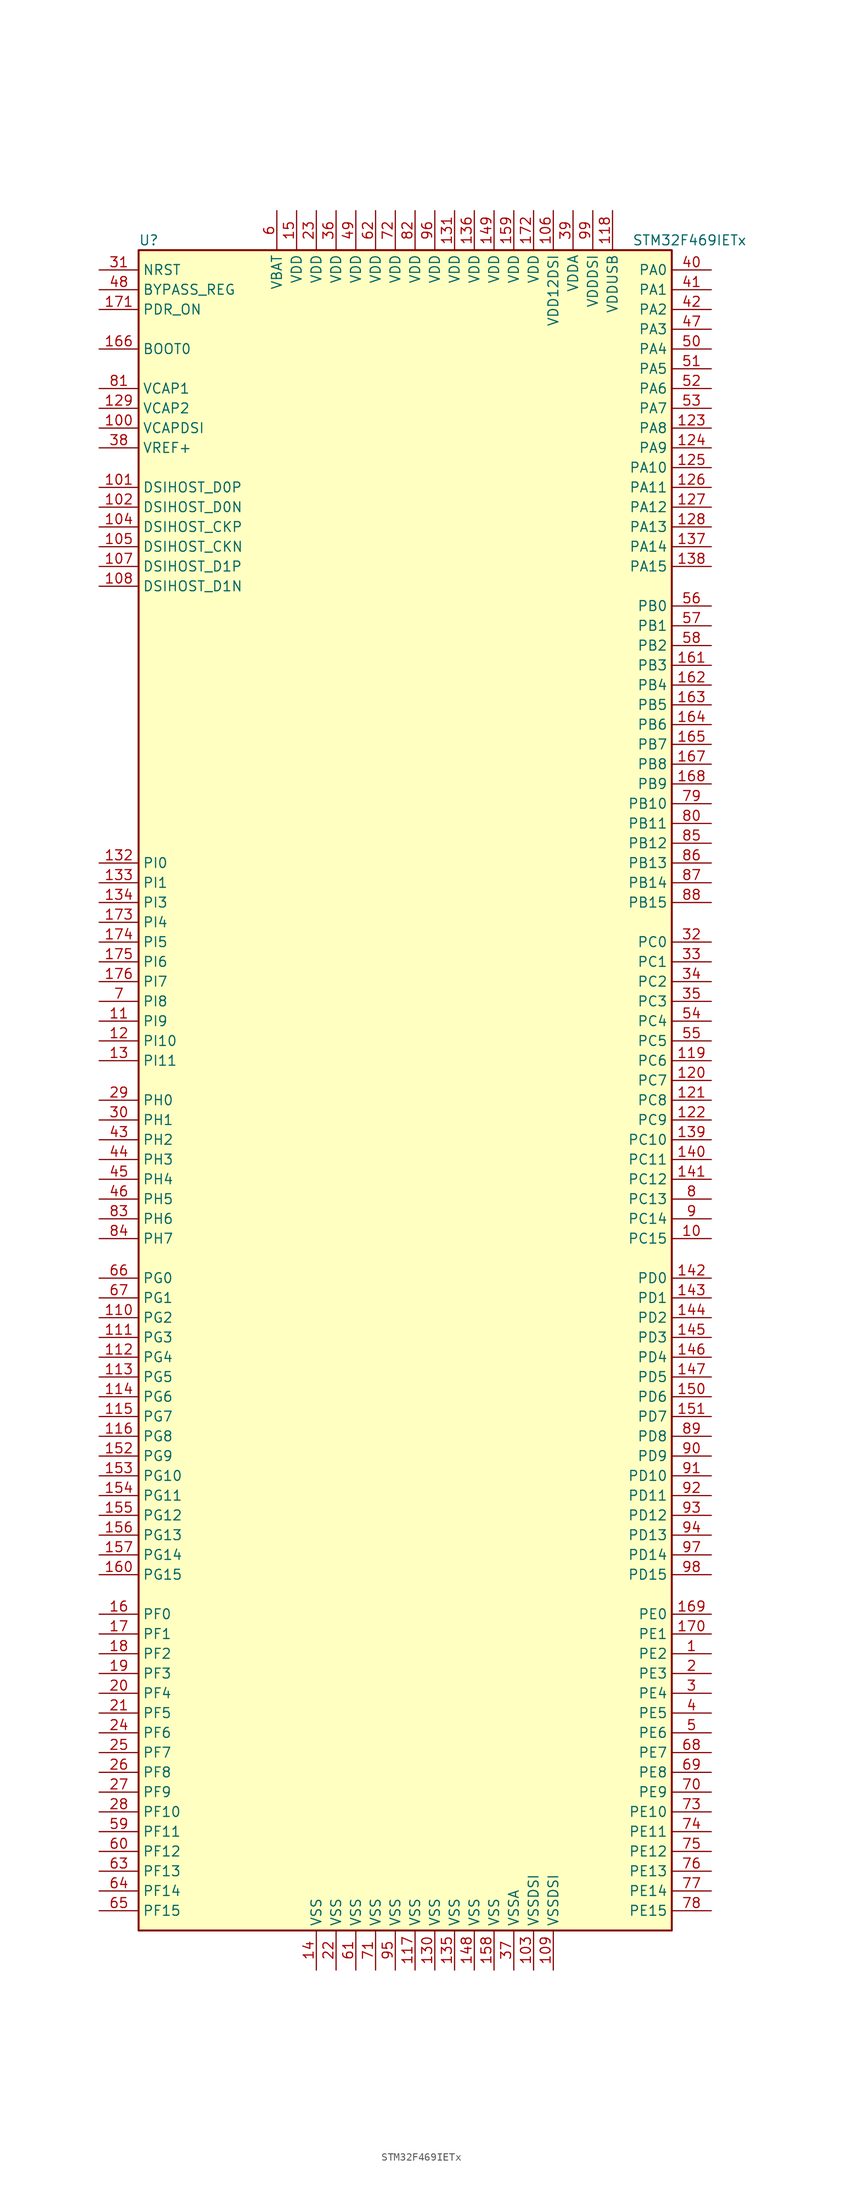
<source format=kicad_sym>
(kicad_symbol_lib
  (version 20220914)
  (generator kicad_symbol_editor)
  (symbol "STM32F469IETx"
    (property "Reference" "U"
      (at -35.56 107.95 0)
      (effects (font (size 1.27 1.27)) (justify left)))
    (property "Value" "STM32F469IETx"
      (at 27.94 107.95 0)
      (effects (font (size 1.27 1.27)) (justify left)))
    (symbol "STM32F469IETx_0_1"
      (rectangle (start -35.56 -109.22) (end 33.02 106.68) (stroke (width 0.254) (type default)) (fill (type background))))
    (symbol "STM32F469IETx_1_1"
      (pin bidirectional line (at 38.1 -73.66 180) (length 5.08) (name "PE2" (effects (font (size 1.27 1.27)))) (number "1" (effects (font (size 1.27 1.27)))))
      (pin bidirectional line (at 38.1 -20.32 180) (length 5.08) (name "PC15" (effects (font (size 1.27 1.27)))) (number "10" (effects (font (size 1.27 1.27)))))
      (pin power_in line (at -40.64 83.82 0) (length 5.08) (name "VCAPDSI" (effects (font (size 1.27 1.27)))) (number "100" (effects (font (size 1.27 1.27)))))
      (pin bidirectional line (at -40.64 76.2 0) (length 5.08) (name "DSIHOST_D0P" (effects (font (size 1.27 1.27)))) (number "101" (effects (font (size 1.27 1.27)))))
      (pin bidirectional line (at -40.64 73.66 0) (length 5.08) (name "DSIHOST_D0N" (effects (font (size 1.27 1.27)))) (number "102" (effects (font (size 1.27 1.27)))))
      (pin power_in line (at 15.24 -114.3 90) (length 5.08) (name "VSSDSI" (effects (font (size 1.27 1.27)))) (number "103" (effects (font (size 1.27 1.27)))))
      (pin bidirectional line (at -40.64 71.12 0) (length 5.08) (name "DSIHOST_CKP" (effects (font (size 1.27 1.27)))) (number "104" (effects (font (size 1.27 1.27)))))
      (pin bidirectional line (at -40.64 68.58 0) (length 5.08) (name "DSIHOST_CKN" (effects (font (size 1.27 1.27)))) (number "105" (effects (font (size 1.27 1.27)))))
      (pin power_in line (at 17.78 111.76 270) (length 5.08) (name "VDD12DSI" (effects (font (size 1.27 1.27)))) (number "106" (effects (font (size 1.27 1.27)))))
      (pin bidirectional line (at -40.64 66.04 0) (length 5.08) (name "DSIHOST_D1P" (effects (font (size 1.27 1.27)))) (number "107" (effects (font (size 1.27 1.27)))))
      (pin bidirectional line (at -40.64 63.5 0) (length 5.08) (name "DSIHOST_D1N" (effects (font (size 1.27 1.27)))) (number "108" (effects (font (size 1.27 1.27)))))
      (pin power_in line (at 17.78 -114.3 90) (length 5.08) (name "VSSDSI" (effects (font (size 1.27 1.27)))) (number "109" (effects (font (size 1.27 1.27)))))
      (pin bidirectional line (at -40.64 7.62 0) (length 5.08) (name "PI9" (effects (font (size 1.27 1.27)))) (number "11" (effects (font (size 1.27 1.27)))))
      (pin bidirectional line (at -40.64 -30.48 0) (length 5.08) (name "PG2" (effects (font (size 1.27 1.27)))) (number "110" (effects (font (size 1.27 1.27)))))
      (pin bidirectional line (at -40.64 -33.02 0) (length 5.08) (name "PG3" (effects (font (size 1.27 1.27)))) (number "111" (effects (font (size 1.27 1.27)))))
      (pin bidirectional line (at -40.64 -35.56 0) (length 5.08) (name "PG4" (effects (font (size 1.27 1.27)))) (number "112" (effects (font (size 1.27 1.27)))))
      (pin bidirectional line (at -40.64 -38.1 0) (length 5.08) (name "PG5" (effects (font (size 1.27 1.27)))) (number "113" (effects (font (size 1.27 1.27)))))
      (pin bidirectional line (at -40.64 -40.64 0) (length 5.08) (name "PG6" (effects (font (size 1.27 1.27)))) (number "114" (effects (font (size 1.27 1.27)))))
      (pin bidirectional line (at -40.64 -43.18 0) (length 5.08) (name "PG7" (effects (font (size 1.27 1.27)))) (number "115" (effects (font (size 1.27 1.27)))))
      (pin bidirectional line (at -40.64 -45.72 0) (length 5.08) (name "PG8" (effects (font (size 1.27 1.27)))) (number "116" (effects (font (size 1.27 1.27)))))
      (pin power_in line (at 0 -114.3 90) (length 5.08) (name "VSS" (effects (font (size 1.27 1.27)))) (number "117" (effects (font (size 1.27 1.27)))))
      (pin power_in line (at 25.4 111.76 270) (length 5.08) (name "VDDUSB" (effects (font (size 1.27 1.27)))) (number "118" (effects (font (size 1.27 1.27)))))
      (pin bidirectional line (at 38.1 2.54 180) (length 5.08) (name "PC6" (effects (font (size 1.27 1.27)))) (number "119" (effects (font (size 1.27 1.27)))))
      (pin bidirectional line (at -40.64 5.08 0) (length 5.08) (name "PI10" (effects (font (size 1.27 1.27)))) (number "12" (effects (font (size 1.27 1.27)))))
      (pin bidirectional line (at 38.1 0 180) (length 5.08) (name "PC7" (effects (font (size 1.27 1.27)))) (number "120" (effects (font (size 1.27 1.27)))))
      (pin bidirectional line (at 38.1 -2.54 180) (length 5.08) (name "PC8" (effects (font (size 1.27 1.27)))) (number "121" (effects (font (size 1.27 1.27)))))
      (pin bidirectional line (at 38.1 -5.08 180) (length 5.08) (name "PC9" (effects (font (size 1.27 1.27)))) (number "122" (effects (font (size 1.27 1.27)))))
      (pin bidirectional line (at 38.1 83.82 180) (length 5.08) (name "PA8" (effects (font (size 1.27 1.27)))) (number "123" (effects (font (size 1.27 1.27)))))
      (pin bidirectional line (at 38.1 81.28 180) (length 5.08) (name "PA9" (effects (font (size 1.27 1.27)))) (number "124" (effects (font (size 1.27 1.27)))))
      (pin bidirectional line (at 38.1 78.74 180) (length 5.08) (name "PA10" (effects (font (size 1.27 1.27)))) (number "125" (effects (font (size 1.27 1.27)))))
      (pin bidirectional line (at 38.1 76.2 180) (length 5.08) (name "PA11" (effects (font (size 1.27 1.27)))) (number "126" (effects (font (size 1.27 1.27)))))
      (pin bidirectional line (at 38.1 73.66 180) (length 5.08) (name "PA12" (effects (font (size 1.27 1.27)))) (number "127" (effects (font (size 1.27 1.27)))))
      (pin bidirectional line (at 38.1 71.12 180) (length 5.08) (name "PA13" (effects (font (size 1.27 1.27)))) (number "128" (effects (font (size 1.27 1.27)))))
      (pin power_in line (at -40.64 86.36 0) (length 5.08) (name "VCAP2" (effects (font (size 1.27 1.27)))) (number "129" (effects (font (size 1.27 1.27)))))
      (pin bidirectional line (at -40.64 2.54 0) (length 5.08) (name "PI11" (effects (font (size 1.27 1.27)))) (number "13" (effects (font (size 1.27 1.27)))))
      (pin power_in line (at 2.54 -114.3 90) (length 5.08) (name "VSS" (effects (font (size 1.27 1.27)))) (number "130" (effects (font (size 1.27 1.27)))))
      (pin power_in line (at 5.08 111.76 270) (length 5.08) (name "VDD" (effects (font (size 1.27 1.27)))) (number "131" (effects (font (size 1.27 1.27)))))
      (pin bidirectional line (at -40.64 27.94 0) (length 5.08) (name "PI0" (effects (font (size 1.27 1.27)))) (number "132" (effects (font (size 1.27 1.27)))))
      (pin bidirectional line (at -40.64 25.4 0) (length 5.08) (name "PI1" (effects (font (size 1.27 1.27)))) (number "133" (effects (font (size 1.27 1.27)))))
      (pin bidirectional line (at -40.64 22.86 0) (length 5.08) (name "PI3" (effects (font (size 1.27 1.27)))) (number "134" (effects (font (size 1.27 1.27)))))
      (pin power_in line (at 5.08 -114.3 90) (length 5.08) (name "VSS" (effects (font (size 1.27 1.27)))) (number "135" (effects (font (size 1.27 1.27)))))
      (pin power_in line (at 7.62 111.76 270) (length 5.08) (name "VDD" (effects (font (size 1.27 1.27)))) (number "136" (effects (font (size 1.27 1.27)))))
      (pin bidirectional line (at 38.1 68.58 180) (length 5.08) (name "PA14" (effects (font (size 1.27 1.27)))) (number "137" (effects (font (size 1.27 1.27)))))
      (pin bidirectional line (at 38.1 66.04 180) (length 5.08) (name "PA15" (effects (font (size 1.27 1.27)))) (number "138" (effects (font (size 1.27 1.27)))))
      (pin bidirectional line (at 38.1 -7.62 180) (length 5.08) (name "PC10" (effects (font (size 1.27 1.27)))) (number "139" (effects (font (size 1.27 1.27)))))
      (pin power_in line (at -12.7 -114.3 90) (length 5.08) (name "VSS" (effects (font (size 1.27 1.27)))) (number "14" (effects (font (size 1.27 1.27)))))
      (pin bidirectional line (at 38.1 -10.16 180) (length 5.08) (name "PC11" (effects (font (size 1.27 1.27)))) (number "140" (effects (font (size 1.27 1.27)))))
      (pin bidirectional line (at 38.1 -12.7 180) (length 5.08) (name "PC12" (effects (font (size 1.27 1.27)))) (number "141" (effects (font (size 1.27 1.27)))))
      (pin bidirectional line (at 38.1 -25.4 180) (length 5.08) (name "PD0" (effects (font (size 1.27 1.27)))) (number "142" (effects (font (size 1.27 1.27)))))
      (pin bidirectional line (at 38.1 -27.94 180) (length 5.08) (name "PD1" (effects (font (size 1.27 1.27)))) (number "143" (effects (font (size 1.27 1.27)))))
      (pin bidirectional line (at 38.1 -30.48 180) (length 5.08) (name "PD2" (effects (font (size 1.27 1.27)))) (number "144" (effects (font (size 1.27 1.27)))))
      (pin bidirectional line (at 38.1 -33.02 180) (length 5.08) (name "PD3" (effects (font (size 1.27 1.27)))) (number "145" (effects (font (size 1.27 1.27)))))
      (pin bidirectional line (at 38.1 -35.56 180) (length 5.08) (name "PD4" (effects (font (size 1.27 1.27)))) (number "146" (effects (font (size 1.27 1.27)))))
      (pin bidirectional line (at 38.1 -38.1 180) (length 5.08) (name "PD5" (effects (font (size 1.27 1.27)))) (number "147" (effects (font (size 1.27 1.27)))))
      (pin power_in line (at 7.62 -114.3 90) (length 5.08) (name "VSS" (effects (font (size 1.27 1.27)))) (number "148" (effects (font (size 1.27 1.27)))))
      (pin power_in line (at 10.16 111.76 270) (length 5.08) (name "VDD" (effects (font (size 1.27 1.27)))) (number "149" (effects (font (size 1.27 1.27)))))
      (pin power_in line (at -15.24 111.76 270) (length 5.08) (name "VDD" (effects (font (size 1.27 1.27)))) (number "15" (effects (font (size 1.27 1.27)))))
      (pin bidirectional line (at 38.1 -40.64 180) (length 5.08) (name "PD6" (effects (font (size 1.27 1.27)))) (number "150" (effects (font (size 1.27 1.27)))))
      (pin bidirectional line (at 38.1 -43.18 180) (length 5.08) (name "PD7" (effects (font (size 1.27 1.27)))) (number "151" (effects (font (size 1.27 1.27)))))
      (pin bidirectional line (at -40.64 -48.26 0) (length 5.08) (name "PG9" (effects (font (size 1.27 1.27)))) (number "152" (effects (font (size 1.27 1.27)))))
      (pin bidirectional line (at -40.64 -50.8 0) (length 5.08) (name "PG10" (effects (font (size 1.27 1.27)))) (number "153" (effects (font (size 1.27 1.27)))))
      (pin bidirectional line (at -40.64 -53.34 0) (length 5.08) (name "PG11" (effects (font (size 1.27 1.27)))) (number "154" (effects (font (size 1.27 1.27)))))
      (pin bidirectional line (at -40.64 -55.88 0) (length 5.08) (name "PG12" (effects (font (size 1.27 1.27)))) (number "155" (effects (font (size 1.27 1.27)))))
      (pin bidirectional line (at -40.64 -58.42 0) (length 5.08) (name "PG13" (effects (font (size 1.27 1.27)))) (number "156" (effects (font (size 1.27 1.27)))))
      (pin bidirectional line (at -40.64 -60.96 0) (length 5.08) (name "PG14" (effects (font (size 1.27 1.27)))) (number "157" (effects (font (size 1.27 1.27)))))
      (pin power_in line (at 10.16 -114.3 90) (length 5.08) (name "VSS" (effects (font (size 1.27 1.27)))) (number "158" (effects (font (size 1.27 1.27)))))
      (pin power_in line (at 12.7 111.76 270) (length 5.08) (name "VDD" (effects (font (size 1.27 1.27)))) (number "159" (effects (font (size 1.27 1.27)))))
      (pin bidirectional line (at -40.64 -68.58 0) (length 5.08) (name "PF0" (effects (font (size 1.27 1.27)))) (number "16" (effects (font (size 1.27 1.27)))))
      (pin bidirectional line (at -40.64 -63.5 0) (length 5.08) (name "PG15" (effects (font (size 1.27 1.27)))) (number "160" (effects (font (size 1.27 1.27)))))
      (pin bidirectional line (at 38.1 53.34 180) (length 5.08) (name "PB3" (effects (font (size 1.27 1.27)))) (number "161" (effects (font (size 1.27 1.27)))))
      (pin bidirectional line (at 38.1 50.8 180) (length 5.08) (name "PB4" (effects (font (size 1.27 1.27)))) (number "162" (effects (font (size 1.27 1.27)))))
      (pin bidirectional line (at 38.1 48.26 180) (length 5.08) (name "PB5" (effects (font (size 1.27 1.27)))) (number "163" (effects (font (size 1.27 1.27)))))
      (pin bidirectional line (at 38.1 45.72 180) (length 5.08) (name "PB6" (effects (font (size 1.27 1.27)))) (number "164" (effects (font (size 1.27 1.27)))))
      (pin bidirectional line (at 38.1 43.18 180) (length 5.08) (name "PB7" (effects (font (size 1.27 1.27)))) (number "165" (effects (font (size 1.27 1.27)))))
      (pin input line (at -40.64 93.98 0) (length 5.08) (name "BOOT0" (effects (font (size 1.27 1.27)))) (number "166" (effects (font (size 1.27 1.27)))))
      (pin bidirectional line (at 38.1 40.64 180) (length 5.08) (name "PB8" (effects (font (size 1.27 1.27)))) (number "167" (effects (font (size 1.27 1.27)))))
      (pin bidirectional line (at 38.1 38.1 180) (length 5.08) (name "PB9" (effects (font (size 1.27 1.27)))) (number "168" (effects (font (size 1.27 1.27)))))
      (pin bidirectional line (at 38.1 -68.58 180) (length 5.08) (name "PE0" (effects (font (size 1.27 1.27)))) (number "169" (effects (font (size 1.27 1.27)))))
      (pin bidirectional line (at -40.64 -71.12 0) (length 5.08) (name "PF1" (effects (font (size 1.27 1.27)))) (number "17" (effects (font (size 1.27 1.27)))))
      (pin bidirectional line (at 38.1 -71.12 180) (length 5.08) (name "PE1" (effects (font (size 1.27 1.27)))) (number "170" (effects (font (size 1.27 1.27)))))
      (pin input line (at -40.64 99.06 0) (length 5.08) (name "PDR_ON" (effects (font (size 1.27 1.27)))) (number "171" (effects (font (size 1.27 1.27)))))
      (pin power_in line (at 15.24 111.76 270) (length 5.08) (name "VDD" (effects (font (size 1.27 1.27)))) (number "172" (effects (font (size 1.27 1.27)))))
      (pin bidirectional line (at -40.64 20.32 0) (length 5.08) (name "PI4" (effects (font (size 1.27 1.27)))) (number "173" (effects (font (size 1.27 1.27)))))
      (pin bidirectional line (at -40.64 17.78 0) (length 5.08) (name "PI5" (effects (font (size 1.27 1.27)))) (number "174" (effects (font (size 1.27 1.27)))))
      (pin bidirectional line (at -40.64 15.24 0) (length 5.08) (name "PI6" (effects (font (size 1.27 1.27)))) (number "175" (effects (font (size 1.27 1.27)))))
      (pin bidirectional line (at -40.64 12.7 0) (length 5.08) (name "PI7" (effects (font (size 1.27 1.27)))) (number "176" (effects (font (size 1.27 1.27)))))
      (pin bidirectional line (at -40.64 -73.66 0) (length 5.08) (name "PF2" (effects (font (size 1.27 1.27)))) (number "18" (effects (font (size 1.27 1.27)))))
      (pin bidirectional line (at -40.64 -76.2 0) (length 5.08) (name "PF3" (effects (font (size 1.27 1.27)))) (number "19" (effects (font (size 1.27 1.27)))))
      (pin bidirectional line (at 38.1 -76.2 180) (length 5.08) (name "PE3" (effects (font (size 1.27 1.27)))) (number "2" (effects (font (size 1.27 1.27)))))
      (pin bidirectional line (at -40.64 -78.74 0) (length 5.08) (name "PF4" (effects (font (size 1.27 1.27)))) (number "20" (effects (font (size 1.27 1.27)))))
      (pin bidirectional line (at -40.64 -81.28 0) (length 5.08) (name "PF5" (effects (font (size 1.27 1.27)))) (number "21" (effects (font (size 1.27 1.27)))))
      (pin power_in line (at -10.16 -114.3 90) (length 5.08) (name "VSS" (effects (font (size 1.27 1.27)))) (number "22" (effects (font (size 1.27 1.27)))))
      (pin power_in line (at -12.7 111.76 270) (length 5.08) (name "VDD" (effects (font (size 1.27 1.27)))) (number "23" (effects (font (size 1.27 1.27)))))
      (pin bidirectional line (at -40.64 -83.82 0) (length 5.08) (name "PF6" (effects (font (size 1.27 1.27)))) (number "24" (effects (font (size 1.27 1.27)))))
      (pin bidirectional line (at -40.64 -86.36 0) (length 5.08) (name "PF7" (effects (font (size 1.27 1.27)))) (number "25" (effects (font (size 1.27 1.27)))))
      (pin bidirectional line (at -40.64 -88.9 0) (length 5.08) (name "PF8" (effects (font (size 1.27 1.27)))) (number "26" (effects (font (size 1.27 1.27)))))
      (pin bidirectional line (at -40.64 -91.44 0) (length 5.08) (name "PF9" (effects (font (size 1.27 1.27)))) (number "27" (effects (font (size 1.27 1.27)))))
      (pin bidirectional line (at -40.64 -93.98 0) (length 5.08) (name "PF10" (effects (font (size 1.27 1.27)))) (number "28" (effects (font (size 1.27 1.27)))))
      (pin input line (at -40.64 -2.54 0) (length 5.08) (name "PH0" (effects (font (size 1.27 1.27)))) (number "29" (effects (font (size 1.27 1.27)))))
      (pin bidirectional line (at 38.1 -78.74 180) (length 5.08) (name "PE4" (effects (font (size 1.27 1.27)))) (number "3" (effects (font (size 1.27 1.27)))))
      (pin input line (at -40.64 -5.08 0) (length 5.08) (name "PH1" (effects (font (size 1.27 1.27)))) (number "30" (effects (font (size 1.27 1.27)))))
      (pin input line (at -40.64 104.14 0) (length 5.08) (name "NRST" (effects (font (size 1.27 1.27)))) (number "31" (effects (font (size 1.27 1.27)))))
      (pin bidirectional line (at 38.1 17.78 180) (length 5.08) (name "PC0" (effects (font (size 1.27 1.27)))) (number "32" (effects (font (size 1.27 1.27)))))
      (pin bidirectional line (at 38.1 15.24 180) (length 5.08) (name "PC1" (effects (font (size 1.27 1.27)))) (number "33" (effects (font (size 1.27 1.27)))))
      (pin bidirectional line (at 38.1 12.7 180) (length 5.08) (name "PC2" (effects (font (size 1.27 1.27)))) (number "34" (effects (font (size 1.27 1.27)))))
      (pin bidirectional line (at 38.1 10.16 180) (length 5.08) (name "PC3" (effects (font (size 1.27 1.27)))) (number "35" (effects (font (size 1.27 1.27)))))
      (pin power_in line (at -10.16 111.76 270) (length 5.08) (name "VDD" (effects (font (size 1.27 1.27)))) (number "36" (effects (font (size 1.27 1.27)))))
      (pin power_in line (at 12.7 -114.3 90) (length 5.08) (name "VSSA" (effects (font (size 1.27 1.27)))) (number "37" (effects (font (size 1.27 1.27)))))
      (pin power_in line (at -40.64 81.28 0) (length 5.08) (name "VREF+" (effects (font (size 1.27 1.27)))) (number "38" (effects (font (size 1.27 1.27)))))
      (pin power_in line (at 20.32 111.76 270) (length 5.08) (name "VDDA" (effects (font (size 1.27 1.27)))) (number "39" (effects (font (size 1.27 1.27)))))
      (pin bidirectional line (at 38.1 -81.28 180) (length 5.08) (name "PE5" (effects (font (size 1.27 1.27)))) (number "4" (effects (font (size 1.27 1.27)))))
      (pin bidirectional line (at 38.1 104.14 180) (length 5.08) (name "PA0" (effects (font (size 1.27 1.27)))) (number "40" (effects (font (size 1.27 1.27)))))
      (pin bidirectional line (at 38.1 101.6 180) (length 5.08) (name "PA1" (effects (font (size 1.27 1.27)))) (number "41" (effects (font (size 1.27 1.27)))))
      (pin bidirectional line (at 38.1 99.06 180) (length 5.08) (name "PA2" (effects (font (size 1.27 1.27)))) (number "42" (effects (font (size 1.27 1.27)))))
      (pin bidirectional line (at -40.64 -7.62 0) (length 5.08) (name "PH2" (effects (font (size 1.27 1.27)))) (number "43" (effects (font (size 1.27 1.27)))))
      (pin bidirectional line (at -40.64 -10.16 0) (length 5.08) (name "PH3" (effects (font (size 1.27 1.27)))) (number "44" (effects (font (size 1.27 1.27)))))
      (pin bidirectional line (at -40.64 -12.7 0) (length 5.08) (name "PH4" (effects (font (size 1.27 1.27)))) (number "45" (effects (font (size 1.27 1.27)))))
      (pin bidirectional line (at -40.64 -15.24 0) (length 5.08) (name "PH5" (effects (font (size 1.27 1.27)))) (number "46" (effects (font (size 1.27 1.27)))))
      (pin bidirectional line (at 38.1 96.52 180) (length 5.08) (name "PA3" (effects (font (size 1.27 1.27)))) (number "47" (effects (font (size 1.27 1.27)))))
      (pin input line (at -40.64 101.6 0) (length 5.08) (name "BYPASS_REG" (effects (font (size 1.27 1.27)))) (number "48" (effects (font (size 1.27 1.27)))))
      (pin power_in line (at -7.62 111.76 270) (length 5.08) (name "VDD" (effects (font (size 1.27 1.27)))) (number "49" (effects (font (size 1.27 1.27)))))
      (pin bidirectional line (at 38.1 -83.82 180) (length 5.08) (name "PE6" (effects (font (size 1.27 1.27)))) (number "5" (effects (font (size 1.27 1.27)))))
      (pin bidirectional line (at 38.1 93.98 180) (length 5.08) (name "PA4" (effects (font (size 1.27 1.27)))) (number "50" (effects (font (size 1.27 1.27)))))
      (pin bidirectional line (at 38.1 91.44 180) (length 5.08) (name "PA5" (effects (font (size 1.27 1.27)))) (number "51" (effects (font (size 1.27 1.27)))))
      (pin bidirectional line (at 38.1 88.9 180) (length 5.08) (name "PA6" (effects (font (size 1.27 1.27)))) (number "52" (effects (font (size 1.27 1.27)))))
      (pin bidirectional line (at 38.1 86.36 180) (length 5.08) (name "PA7" (effects (font (size 1.27 1.27)))) (number "53" (effects (font (size 1.27 1.27)))))
      (pin bidirectional line (at 38.1 7.62 180) (length 5.08) (name "PC4" (effects (font (size 1.27 1.27)))) (number "54" (effects (font (size 1.27 1.27)))))
      (pin bidirectional line (at 38.1 5.08 180) (length 5.08) (name "PC5" (effects (font (size 1.27 1.27)))) (number "55" (effects (font (size 1.27 1.27)))))
      (pin bidirectional line (at 38.1 60.96 180) (length 5.08) (name "PB0" (effects (font (size 1.27 1.27)))) (number "56" (effects (font (size 1.27 1.27)))))
      (pin bidirectional line (at 38.1 58.42 180) (length 5.08) (name "PB1" (effects (font (size 1.27 1.27)))) (number "57" (effects (font (size 1.27 1.27)))))
      (pin bidirectional line (at 38.1 55.88 180) (length 5.08) (name "PB2" (effects (font (size 1.27 1.27)))) (number "58" (effects (font (size 1.27 1.27)))))
      (pin bidirectional line (at -40.64 -96.52 0) (length 5.08) (name "PF11" (effects (font (size 1.27 1.27)))) (number "59" (effects (font (size 1.27 1.27)))))
      (pin power_in line (at -17.78 111.76 270) (length 5.08) (name "VBAT" (effects (font (size 1.27 1.27)))) (number "6" (effects (font (size 1.27 1.27)))))
      (pin bidirectional line (at -40.64 -99.06 0) (length 5.08) (name "PF12" (effects (font (size 1.27 1.27)))) (number "60" (effects (font (size 1.27 1.27)))))
      (pin power_in line (at -7.62 -114.3 90) (length 5.08) (name "VSS" (effects (font (size 1.27 1.27)))) (number "61" (effects (font (size 1.27 1.27)))))
      (pin power_in line (at -5.08 111.76 270) (length 5.08) (name "VDD" (effects (font (size 1.27 1.27)))) (number "62" (effects (font (size 1.27 1.27)))))
      (pin bidirectional line (at -40.64 -101.6 0) (length 5.08) (name "PF13" (effects (font (size 1.27 1.27)))) (number "63" (effects (font (size 1.27 1.27)))))
      (pin bidirectional line (at -40.64 -104.14 0) (length 5.08) (name "PF14" (effects (font (size 1.27 1.27)))) (number "64" (effects (font (size 1.27 1.27)))))
      (pin bidirectional line (at -40.64 -106.68 0) (length 5.08) (name "PF15" (effects (font (size 1.27 1.27)))) (number "65" (effects (font (size 1.27 1.27)))))
      (pin bidirectional line (at -40.64 -25.4 0) (length 5.08) (name "PG0" (effects (font (size 1.27 1.27)))) (number "66" (effects (font (size 1.27 1.27)))))
      (pin bidirectional line (at -40.64 -27.94 0) (length 5.08) (name "PG1" (effects (font (size 1.27 1.27)))) (number "67" (effects (font (size 1.27 1.27)))))
      (pin bidirectional line (at 38.1 -86.36 180) (length 5.08) (name "PE7" (effects (font (size 1.27 1.27)))) (number "68" (effects (font (size 1.27 1.27)))))
      (pin bidirectional line (at 38.1 -88.9 180) (length 5.08) (name "PE8" (effects (font (size 1.27 1.27)))) (number "69" (effects (font (size 1.27 1.27)))))
      (pin bidirectional line (at -40.64 10.16 0) (length 5.08) (name "PI8" (effects (font (size 1.27 1.27)))) (number "7" (effects (font (size 1.27 1.27)))))
      (pin bidirectional line (at 38.1 -91.44 180) (length 5.08) (name "PE9" (effects (font (size 1.27 1.27)))) (number "70" (effects (font (size 1.27 1.27)))))
      (pin power_in line (at -5.08 -114.3 90) (length 5.08) (name "VSS" (effects (font (size 1.27 1.27)))) (number "71" (effects (font (size 1.27 1.27)))))
      (pin power_in line (at -2.54 111.76 270) (length 5.08) (name "VDD" (effects (font (size 1.27 1.27)))) (number "72" (effects (font (size 1.27 1.27)))))
      (pin bidirectional line (at 38.1 -93.98 180) (length 5.08) (name "PE10" (effects (font (size 1.27 1.27)))) (number "73" (effects (font (size 1.27 1.27)))))
      (pin bidirectional line (at 38.1 -96.52 180) (length 5.08) (name "PE11" (effects (font (size 1.27 1.27)))) (number "74" (effects (font (size 1.27 1.27)))))
      (pin bidirectional line (at 38.1 -99.06 180) (length 5.08) (name "PE12" (effects (font (size 1.27 1.27)))) (number "75" (effects (font (size 1.27 1.27)))))
      (pin bidirectional line (at 38.1 -101.6 180) (length 5.08) (name "PE13" (effects (font (size 1.27 1.27)))) (number "76" (effects (font (size 1.27 1.27)))))
      (pin bidirectional line (at 38.1 -104.14 180) (length 5.08) (name "PE14" (effects (font (size 1.27 1.27)))) (number "77" (effects (font (size 1.27 1.27)))))
      (pin bidirectional line (at 38.1 -106.68 180) (length 5.08) (name "PE15" (effects (font (size 1.27 1.27)))) (number "78" (effects (font (size 1.27 1.27)))))
      (pin bidirectional line (at 38.1 35.56 180) (length 5.08) (name "PB10" (effects (font (size 1.27 1.27)))) (number "79" (effects (font (size 1.27 1.27)))))
      (pin bidirectional line (at 38.1 -15.24 180) (length 5.08) (name "PC13" (effects (font (size 1.27 1.27)))) (number "8" (effects (font (size 1.27 1.27)))))
      (pin bidirectional line (at 38.1 33.02 180) (length 5.08) (name "PB11" (effects (font (size 1.27 1.27)))) (number "80" (effects (font (size 1.27 1.27)))))
      (pin power_in line (at -40.64 88.9 0) (length 5.08) (name "VCAP1" (effects (font (size 1.27 1.27)))) (number "81" (effects (font (size 1.27 1.27)))))
      (pin power_in line (at 0 111.76 270) (length 5.08) (name "VDD" (effects (font (size 1.27 1.27)))) (number "82" (effects (font (size 1.27 1.27)))))
      (pin bidirectional line (at -40.64 -17.78 0) (length 5.08) (name "PH6" (effects (font (size 1.27 1.27)))) (number "83" (effects (font (size 1.27 1.27)))))
      (pin bidirectional line (at -40.64 -20.32 0) (length 5.08) (name "PH7" (effects (font (size 1.27 1.27)))) (number "84" (effects (font (size 1.27 1.27)))))
      (pin bidirectional line (at 38.1 30.48 180) (length 5.08) (name "PB12" (effects (font (size 1.27 1.27)))) (number "85" (effects (font (size 1.27 1.27)))))
      (pin bidirectional line (at 38.1 27.94 180) (length 5.08) (name "PB13" (effects (font (size 1.27 1.27)))) (number "86" (effects (font (size 1.27 1.27)))))
      (pin bidirectional line (at 38.1 25.4 180) (length 5.08) (name "PB14" (effects (font (size 1.27 1.27)))) (number "87" (effects (font (size 1.27 1.27)))))
      (pin bidirectional line (at 38.1 22.86 180) (length 5.08) (name "PB15" (effects (font (size 1.27 1.27)))) (number "88" (effects (font (size 1.27 1.27)))))
      (pin bidirectional line (at 38.1 -45.72 180) (length 5.08) (name "PD8" (effects (font (size 1.27 1.27)))) (number "89" (effects (font (size 1.27 1.27)))))
      (pin bidirectional line (at 38.1 -17.78 180) (length 5.08) (name "PC14" (effects (font (size 1.27 1.27)))) (number "9" (effects (font (size 1.27 1.27)))))
      (pin bidirectional line (at 38.1 -48.26 180) (length 5.08) (name "PD9" (effects (font (size 1.27 1.27)))) (number "90" (effects (font (size 1.27 1.27)))))
      (pin bidirectional line (at 38.1 -50.8 180) (length 5.08) (name "PD10" (effects (font (size 1.27 1.27)))) (number "91" (effects (font (size 1.27 1.27)))))
      (pin bidirectional line (at 38.1 -53.34 180) (length 5.08) (name "PD11" (effects (font (size 1.27 1.27)))) (number "92" (effects (font (size 1.27 1.27)))))
      (pin bidirectional line (at 38.1 -55.88 180) (length 5.08) (name "PD12" (effects (font (size 1.27 1.27)))) (number "93" (effects (font (size 1.27 1.27)))))
      (pin bidirectional line (at 38.1 -58.42 180) (length 5.08) (name "PD13" (effects (font (size 1.27 1.27)))) (number "94" (effects (font (size 1.27 1.27)))))
      (pin power_in line (at -2.54 -114.3 90) (length 5.08) (name "VSS" (effects (font (size 1.27 1.27)))) (number "95" (effects (font (size 1.27 1.27)))))
      (pin power_in line (at 2.54 111.76 270) (length 5.08) (name "VDD" (effects (font (size 1.27 1.27)))) (number "96" (effects (font (size 1.27 1.27)))))
      (pin bidirectional line (at 38.1 -60.96 180) (length 5.08) (name "PD14" (effects (font (size 1.27 1.27)))) (number "97" (effects (font (size 1.27 1.27)))))
      (pin bidirectional line (at 38.1 -63.5 180) (length 5.08) (name "PD15" (effects (font (size 1.27 1.27)))) (number "98" (effects (font (size 1.27 1.27)))))
      (pin power_in line (at 22.86 111.76 270) (length 5.08) (name "VDDDSI" (effects (font (size 1.27 1.27)))) (number "99" (effects (font (size 1.27 1.27))))))))
</source>
